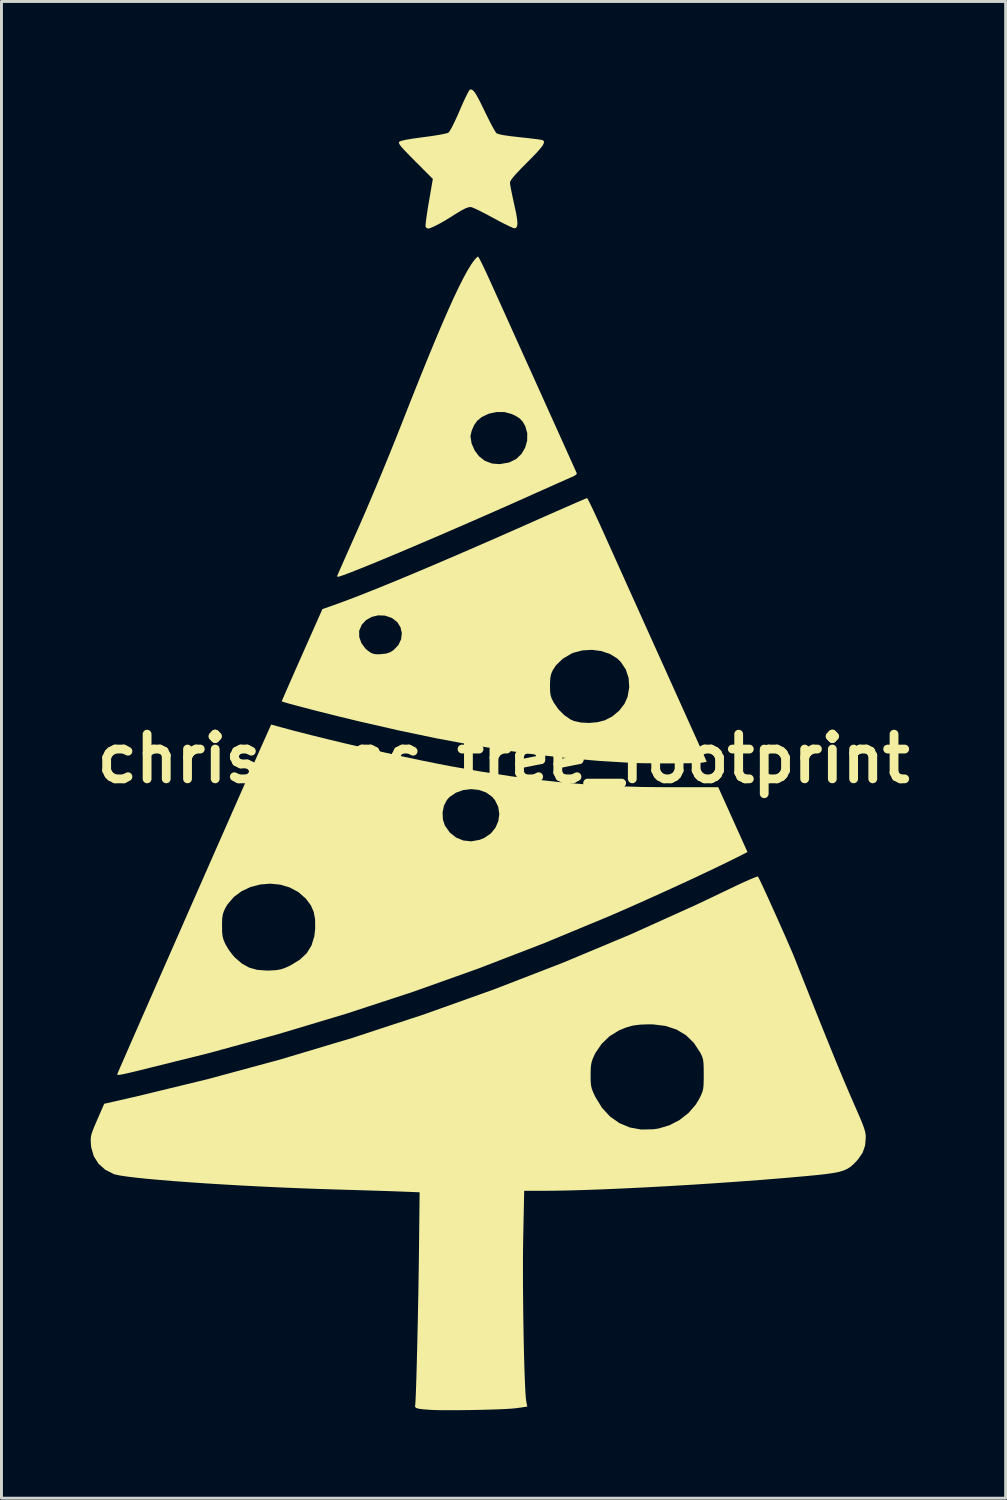
<source format=kicad_pcb>
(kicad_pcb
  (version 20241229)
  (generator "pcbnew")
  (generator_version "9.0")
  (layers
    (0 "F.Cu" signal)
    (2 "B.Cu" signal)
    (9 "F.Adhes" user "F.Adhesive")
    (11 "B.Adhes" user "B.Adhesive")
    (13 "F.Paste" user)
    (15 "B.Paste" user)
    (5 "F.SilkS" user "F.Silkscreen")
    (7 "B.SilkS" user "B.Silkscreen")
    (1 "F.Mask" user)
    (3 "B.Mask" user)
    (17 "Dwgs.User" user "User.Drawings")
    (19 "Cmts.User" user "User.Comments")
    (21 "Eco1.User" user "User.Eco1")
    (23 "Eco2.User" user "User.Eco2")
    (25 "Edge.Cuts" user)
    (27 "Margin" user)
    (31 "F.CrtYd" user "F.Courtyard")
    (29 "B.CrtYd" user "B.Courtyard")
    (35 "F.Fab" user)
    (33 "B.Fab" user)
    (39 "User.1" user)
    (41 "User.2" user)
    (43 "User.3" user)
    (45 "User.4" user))
  (footprint "christmas_tree_footprint"
    (layer "F.Cu")
    (at 14.122 22.821)
    (property "Reference" "christmas_tree_footprint" (at 0 0 0) (layer "F.SilkS") (effects (font (size 1.524 1.524) (thickness 0.3))))
    (attr board_only exclude_from_pos_files exclude_from_bom)
    (fp_poly (pts (xy -1.045 -22.792) (xy -0.983 -22.722) (xy -0.907 -22.6) (xy -0.81 -22.419) (xy -0.688 -22.17) (xy -0.636 -22.062) (xy -0.525 -21.836) (xy -0.422 -21.635) (xy -0.334 -21.473) (xy -0.269 -21.364) (xy -0.24 -21.327) (xy -0.159 -21.295) (xy 0.005 -21.261) (xy 0.25 -21.226) (xy 0.566 -21.19) (xy 0.81 -21.164) (xy 1.025 -21.139) (xy 1.196 -21.116) (xy 1.307 -21.098) (xy 1.341 -21.089) (xy 1.377 -21.05) (xy 1.376 -20.993) (xy 1.335 -20.911) (xy 1.247 -20.796) (xy 1.108 -20.641) (xy 0.912 -20.439) (xy 0.802 -20.329) (xy 0.584 -20.109) (xy 0.424 -19.939) (xy 0.314 -19.812) (xy 0.249 -19.721) (xy 0.221 -19.656) (xy 0.219 -19.636) (xy 0.229 -19.556) (xy 0.256 -19.41) (xy 0.295 -19.215) (xy 0.343 -18.991) (xy 0.364 -18.898) (xy 0.426 -18.614) (xy 0.462 -18.402) (xy 0.474 -18.253) (xy 0.462 -18.156) (xy 0.426 -18.103) (xy 0.38 -18.084) (xy 0.323 -18.1) (xy 0.204 -18.152) (xy 0.036 -18.234) (xy -0.166 -18.338) (xy -0.356 -18.441) (xy -0.58 -18.562) (xy -0.783 -18.666) (xy -0.952 -18.747) (xy -1.071 -18.798) (xy -1.123 -18.812) (xy -1.204 -18.8) (xy -1.307 -18.762) (xy -1.446 -18.689) (xy -1.633 -18.576) (xy -1.768 -18.49) (xy -1.981 -18.359) (xy -2.184 -18.243) (xy -2.363 -18.152) (xy -2.499 -18.093) (xy -2.573 -18.075) (xy -2.642 -18.11) (xy -2.659 -18.137) (xy -2.659 -18.198) (xy -2.646 -18.33) (xy -2.621 -18.517) (xy -2.587 -18.746) (xy -2.547 -18.985) (xy -2.411 -19.769) (xy -3.014 -20.373) (xy -3.222 -20.583) (xy -3.374 -20.741) (xy -3.478 -20.855) (xy -3.54 -20.935) (xy -3.567 -20.988) (xy -3.566 -21.022) (xy -3.553 -21.039) (xy -3.482 -21.069) (xy -3.332 -21.104) (xy -3.107 -21.142) (xy -2.815 -21.183) (xy -2.731 -21.194) (xy -2.478 -21.228) (xy -2.25 -21.263) (xy -2.064 -21.297) (xy -1.935 -21.327) (xy -1.883 -21.345) (xy -1.833 -21.407) (xy -1.757 -21.54) (xy -1.662 -21.733) (xy -1.551 -21.976) (xy -1.498 -22.099) (xy -1.399 -22.327) (xy -1.307 -22.526) (xy -1.23 -22.683) (xy -1.173 -22.784) (xy -1.147 -22.816) (xy -1.097 -22.821)) (stroke (width 0) (type solid)) (fill yes) (layer "F.SilkS"))
    (fp_poly (pts (xy -0.843 -17.084) (xy -0.786 -16.979) (xy -0.707 -16.82) (xy -0.611 -16.619) (xy -0.508 -16.395) (xy -0.416 -16.193) (xy -0.299 -15.934) (xy -0.161 -15.627) (xy -0.003 -15.279) (xy 0.17 -14.895) (xy 0.355 -14.484) (xy 0.55 -14.052) (xy 0.751 -13.606) (xy 0.956 -13.153) (xy 1.16 -12.701) (xy 1.36 -12.256) (xy 1.554 -11.825) (xy 1.739 -11.416) (xy 1.911 -11.034) (xy 2.067 -10.688) (xy 2.203 -10.385) (xy 2.318 -10.13) (xy 2.407 -9.932) (xy 2.468 -9.797) (xy 2.497 -9.732) (xy 2.499 -9.727) (xy 2.475 -9.684) (xy 2.392 -9.631) (xy 2.353 -9.613) (xy 2.27 -9.578) (xy 2.121 -9.512) (xy 1.917 -9.422) (xy 1.67 -9.312) (xy 1.394 -9.189) (xy 1.105 -9.06) (xy 0.531 -8.803) (xy -0.05 -8.545) (xy -0.632 -8.289) (xy -1.209 -8.037) (xy -1.775 -7.791) (xy -2.325 -7.553) (xy -2.853 -7.328) (xy -3.353 -7.115) (xy -3.819 -6.919) (xy -4.246 -6.741) (xy -4.628 -6.584) (xy -4.96 -6.451) (xy -5.234 -6.343) (xy -5.447 -6.263) (xy -5.592 -6.214) (xy -5.662 -6.198) (xy -5.672 -6.23) (xy -5.665 -6.252) (xy -5.643 -6.303) (xy -5.59 -6.424) (xy -5.509 -6.606) (xy -5.405 -6.842) (xy -5.282 -7.121) (xy -5.142 -7.436) (xy -4.991 -7.777) (xy -4.941 -7.889) (xy -4.76 -8.302) (xy -4.558 -8.775) (xy -4.342 -9.286) (xy -4.122 -9.815) (xy -3.907 -10.34) (xy -3.705 -10.84) (xy -3.648 -10.983) (xy -1.127 -10.983) (xy -1.089 -10.745) (xy -0.985 -10.51) (xy -0.832 -10.307) (xy -0.644 -10.16) (xy -0.635 -10.156) (xy -0.39 -10.063) (xy -0.132 -10.043) (xy 0.157 -10.093) (xy 0.21 -10.108) (xy 0.431 -10.218) (xy 0.61 -10.389) (xy 0.737 -10.604) (xy 0.806 -10.847) (xy 0.809 -11.098) (xy 0.742 -11.335) (xy 0.657 -11.487) (xy 0.552 -11.6) (xy 0.401 -11.695) (xy 0.284 -11.75) (xy 0.035 -11.818) (xy -0.236 -11.82) (xy -0.503 -11.763) (xy -0.742 -11.65) (xy -0.897 -11.522) (xy -1.002 -11.375) (xy -1.083 -11.194) (xy -1.125 -11.022) (xy -1.127 -10.983) (xy -3.648 -10.983) (xy -3.534 -11.27) (xy -3.196 -12.128) (xy -2.885 -12.908) (xy -2.6 -13.612) (xy -2.34 -14.242) (xy -2.103 -14.803) (xy -1.888 -15.296) (xy -1.694 -15.726) (xy -1.519 -16.094) (xy -1.362 -16.404) (xy -1.222 -16.659) (xy -1.097 -16.861) (xy -1.013 -16.98) (xy -0.938 -17.069) (xy -0.881 -17.118) (xy -0.871 -17.121)) (stroke (width 0) (type solid)) (fill yes) (layer "F.SilkS"))
    (fp_poly (pts (xy 2.874 -8.847) (xy 2.93 -8.739) (xy 3.012 -8.571) (xy 3.115 -8.353) (xy 3.235 -8.094) (xy 3.367 -7.804) (xy 3.422 -7.682) (xy 3.527 -7.449) (xy 3.663 -7.146) (xy 3.827 -6.782) (xy 4.014 -6.366) (xy 4.221 -5.906) (xy 4.443 -5.413) (xy 4.677 -4.894) (xy 4.918 -4.359) (xy 5.162 -3.817) (xy 5.406 -3.277) (xy 5.447 -3.186) (xy 6.931 0.108) (xy 6.771 0.138) (xy 6.686 0.146) (xy 6.528 0.152) (xy 6.314 0.157) (xy 6.056 0.16) (xy 5.77 0.162) (xy 5.47 0.162) (xy 5.17 0.161) (xy 4.886 0.158) (xy 4.632 0.153) (xy 4.422 0.147) (xy 4.356 0.144) (xy 3.265 0.078) (xy 2.18 -0.016) (xy 1.09 -0.139) (xy -0.017 -0.293) (xy -1.154 -0.48) (xy -2.332 -0.701) (xy -3.563 -0.959) (xy -4.855 -1.254) (xy -5.204 -1.338) (xy -5.563 -1.425) (xy -5.92 -1.514) (xy -6.266 -1.601) (xy -6.591 -1.684) (xy -6.886 -1.761) (xy -7.139 -1.828) (xy -7.342 -1.884) (xy -7.485 -1.926) (xy -7.557 -1.951) (xy -7.564 -1.956) (xy -7.547 -1.998) (xy -7.498 -2.112) (xy -7.422 -2.287) (xy -7.332 -2.492) (xy 1.583 -2.492) (xy 1.587 -2.303) (xy 1.604 -2.166) (xy 1.642 -2.049) (xy 1.709 -1.917) (xy 1.711 -1.913) (xy 1.871 -1.683) (xy 2.071 -1.483) (xy 2.287 -1.334) (xy 2.398 -1.285) (xy 2.639 -1.231) (xy 2.92 -1.217) (xy 3.204 -1.243) (xy 3.454 -1.307) (xy 3.717 -1.444) (xy 3.947 -1.639) (xy 4.125 -1.872) (xy 4.229 -2.104) (xy 4.286 -2.434) (xy 4.265 -2.75) (xy 4.169 -3.04) (xy 4.002 -3.293) (xy 3.87 -3.421) (xy 3.623 -3.572) (xy 3.33 -3.669) (xy 3.011 -3.71) (xy 2.69 -3.691) (xy 2.388 -3.612) (xy 2.319 -3.583) (xy 2.018 -3.406) (xy 1.791 -3.186) (xy 1.677 -3.012) (xy 1.624 -2.891) (xy 1.595 -2.751) (xy 1.584 -2.564) (xy 1.583 -2.492) (xy -7.332 -2.492) (xy -7.322 -2.516) (xy -7.201 -2.79) (xy -7.064 -3.1) (xy -6.915 -3.437) (xy -6.87 -3.538) (xy -6.51 -4.35) (xy -4.924 -4.35) (xy -4.921 -4.146) (xy -4.847 -3.94) (xy -4.714 -3.757) (xy -4.622 -3.677) (xy -4.511 -3.603) (xy -4.415 -3.567) (xy -4.296 -3.558) (xy -4.177 -3.563) (xy -3.996 -3.584) (xy -3.861 -3.631) (xy -3.75 -3.703) (xy -3.586 -3.873) (xy -3.493 -4.071) (xy -3.469 -4.278) (xy -3.514 -4.479) (xy -3.626 -4.657) (xy -3.805 -4.795) (xy -3.816 -4.8) (xy -4.045 -4.878) (xy -4.278 -4.886) (xy -4.498 -4.833) (xy -4.689 -4.724) (xy -4.835 -4.567) (xy -4.92 -4.368) (xy -4.924 -4.35) (xy -6.51 -4.35) (xy -6.177 -5.1) (xy -5.83 -5.221) (xy -5.412 -5.373) (xy -4.918 -5.561) (xy -4.352 -5.786) (xy -3.716 -6.045) (xy -3.012 -6.338) (xy -2.243 -6.664) (xy -1.412 -7.021) (xy -0.521 -7.408) (xy 0.427 -7.825) (xy 1.05 -8.101) (xy 1.417 -8.264) (xy 1.759 -8.415) (xy 2.07 -8.551) (xy 2.339 -8.669) (xy 2.56 -8.765) (xy 2.724 -8.835) (xy 2.822 -8.876) (xy 2.849 -8.885)) (stroke (width 0) (type solid)) (fill yes) (layer "F.SilkS"))
    (fp_poly (pts (xy -7.614 -1.077) (xy -7.132 -0.947) (xy -6.581 -0.806) (xy -5.978 -0.657) (xy -5.341 -0.504) (xy -4.687 -0.352) (xy -4.033 -0.204) (xy -3.394 -0.064) (xy -2.79 0.064) (xy -2.236 0.176) (xy -1.81 0.258) (xy -0.77 0.441) (xy 0.207 0.594) (xy 1.137 0.718) (xy 2.039 0.816) (xy 2.929 0.889) (xy 3.825 0.939) (xy 4.743 0.967) (xy 5.601 0.975) (xy 7.322 0.975) (xy 8.319 3.186) (xy 7.985 3.355) (xy 7.63 3.531) (xy 7.21 3.734) (xy 6.737 3.958) (xy 6.226 4.197) (xy 5.69 4.443) (xy 5.144 4.691) (xy 4.601 4.935) (xy 4.076 5.167) (xy 3.581 5.382) (xy 3.576 5.384) (xy 1.369 6.299) (xy -0.848 7.154) (xy -3.087 7.952) (xy -5.359 8.697) (xy -7.674 9.392) (xy -10.044 10.041) (xy -12.48 10.647) (xy -12.628 10.682) (xy -12.856 10.735) (xy -13.011 10.769) (xy -13.108 10.785) (xy -13.157 10.785) (xy -13.172 10.77) (xy -13.165 10.74) (xy -13.164 10.739) (xy -13.135 10.67) (xy -13.074 10.528) (xy -12.982 10.318) (xy -12.863 10.045) (xy -12.719 9.716) (xy -12.553 9.336) (xy -12.367 8.912) (xy -12.163 8.447) (xy -11.944 7.95) (xy -11.714 7.424) (xy -11.473 6.876) (xy -11.225 6.311) (xy -10.971 5.735) (xy -10.956 5.7) (xy -9.6 5.7) (xy -9.597 5.903) (xy -9.583 6.05) (xy -9.551 6.173) (xy -9.496 6.303) (xy -9.479 6.339) (xy -9.375 6.514) (xy -9.241 6.694) (xy -9.16 6.784) (xy -8.922 6.989) (xy -8.676 7.126) (xy -8.402 7.203) (xy -8.079 7.227) (xy -7.968 7.225) (xy -7.767 7.214) (xy -7.613 7.19) (xy -7.471 7.145) (xy -7.301 7.068) (xy -7.266 7.051) (xy -6.952 6.861) (xy -6.714 6.638) (xy -6.55 6.374) (xy -6.454 6.063) (xy -6.424 5.802) (xy -6.426 5.489) (xy -6.472 5.231) (xy -6.569 5.007) (xy -6.725 4.795) (xy -6.745 4.771) (xy -6.999 4.549) (xy -7.295 4.392) (xy -7.618 4.297) (xy -7.957 4.264) (xy -8.297 4.292) (xy -8.626 4.377) (xy -8.93 4.519) (xy -9.197 4.717) (xy -9.412 4.969) (xy -9.485 5.09) (xy -9.542 5.212) (xy -9.577 5.326) (xy -9.595 5.462) (xy -9.6 5.649) (xy -9.6 5.7) (xy -10.956 5.7) (xy -10.716 5.154) (xy -10.461 4.574) (xy -10.208 4) (xy -9.961 3.438) (xy -9.721 2.894) (xy -9.491 2.373) (xy -9.275 1.881) (xy -9.256 1.838) (xy -2.079 1.838) (xy -2.068 2.077) (xy -2.002 2.279) (xy -1.835 2.518) (xy -1.621 2.69) (xy -1.371 2.792) (xy -1.099 2.82) (xy -0.817 2.769) (xy -0.654 2.703) (xy -0.434 2.551) (xy -0.274 2.354) (xy -0.177 2.126) (xy -0.145 1.885) (xy -0.182 1.644) (xy -0.29 1.42) (xy -0.387 1.303) (xy -0.594 1.154) (xy -0.841 1.067) (xy -1.108 1.04) (xy -1.377 1.073) (xy -1.628 1.163) (xy -1.841 1.309) (xy -1.932 1.409) (xy -2.033 1.605) (xy -2.079 1.838) (xy -9.256 1.838) (xy -9.073 1.424) (xy -8.889 1.007) (xy -8.725 0.636) (xy -8.584 0.318) (xy -8.468 0.057) (xy -8.411 -0.072) (xy -7.925 -1.163)) (stroke (width 0) (type solid)) (fill yes) (layer "F.SilkS"))
    (fp_poly (pts (xy 8.703 4.069) (xy 8.76 4.186) (xy 8.842 4.36) (xy 8.944 4.581) (xy 9.061 4.837) (xy 9.187 5.117) (xy 9.319 5.41) (xy 9.451 5.706) (xy 9.578 5.992) (xy 9.695 6.259) (xy 9.797 6.494) (xy 9.88 6.688) (xy 9.937 6.829) (xy 10.212 7.522) (xy 10.458 8.141) (xy 10.678 8.695) (xy 10.876 9.189) (xy 11.054 9.63) (xy 11.215 10.027) (xy 11.362 10.387) (xy 11.498 10.715) (xy 11.626 11.021) (xy 11.749 11.31) (xy 11.87 11.59) (xy 11.992 11.868) (xy 12.045 11.99) (xy 12.162 12.259) (xy 12.246 12.465) (xy 12.303 12.623) (xy 12.336 12.747) (xy 12.351 12.851) (xy 12.353 12.917) (xy 12.329 13.197) (xy 12.247 13.434) (xy 12.097 13.656) (xy 12.042 13.719) (xy 11.937 13.828) (xy 11.835 13.917) (xy 11.724 13.989) (xy 11.594 14.047) (xy 11.434 14.094) (xy 11.231 14.133) (xy 10.975 14.169) (xy 10.655 14.204) (xy 10.277 14.24) (xy 9.564 14.303) (xy 8.814 14.364) (xy 8.038 14.422) (xy 7.247 14.477) (xy 6.451 14.529) (xy 5.662 14.576) (xy 4.889 14.618) (xy 4.143 14.655) (xy 3.435 14.686) (xy 2.775 14.71) (xy 2.175 14.727) (xy 1.644 14.736) (xy 1.381 14.737) (xy 0.704 14.737) (xy 0.671 16.33) (xy 0.665 16.68) (xy 0.662 17.074) (xy 0.662 17.502) (xy 0.663 17.954) (xy 0.667 18.422) (xy 0.672 18.896) (xy 0.679 19.367) (xy 0.687 19.826) (xy 0.697 20.264) (xy 0.708 20.67) (xy 0.72 21.036) (xy 0.733 21.353) (xy 0.746 21.612) (xy 0.76 21.802) (xy 0.774 21.915) (xy 0.774 21.917) (xy 0.81 22.096) (xy 0.438 22.15) (xy 0.298 22.164) (xy 0.087 22.178) (xy -0.181 22.19) (xy -0.489 22.2) (xy -0.824 22.209) (xy -1.17 22.215) (xy -1.512 22.219) (xy -1.834 22.22) (xy -2.122 22.219) (xy -2.361 22.214) (xy -2.492 22.208) (xy -2.726 22.191) (xy -2.884 22.171) (xy -2.978 22.144) (xy -3.017 22.108) (xy -3.016 22.071) (xy -3.009 22.006) (xy -3 21.863) (xy -2.991 21.648) (xy -2.981 21.37) (xy -2.97 21.037) (xy -2.96 20.656) (xy -2.949 20.236) (xy -2.938 19.783) (xy -2.927 19.306) (xy -2.917 18.813) (xy -2.907 18.311) (xy -2.899 17.808) (xy -2.891 17.313) (xy -2.885 16.832) (xy -2.883 16.703) (xy -2.862 14.789) (xy -3.436 14.765) (xy -3.614 14.759) (xy -3.865 14.75) (xy -4.174 14.74) (xy -4.527 14.729) (xy -4.909 14.717) (xy -5.306 14.705) (xy -5.656 14.695) (xy -6.309 14.674) (xy -6.969 14.65) (xy -7.63 14.622) (xy -8.285 14.591) (xy -8.928 14.558) (xy -9.552 14.522) (xy -10.151 14.485) (xy -10.719 14.446) (xy -11.248 14.407) (xy -11.732 14.367) (xy -12.165 14.328) (xy -12.54 14.289) (xy -12.85 14.251) (xy -13.09 14.214) (xy -13.252 14.18) (xy -13.294 14.167) (xy -13.587 14.016) (xy -13.815 13.811) (xy -13.975 13.556) (xy -14.061 13.258) (xy -14.073 13.141) (xy -14.079 13.019) (xy -14.074 12.916) (xy -14.053 12.812) (xy -14.012 12.688) (xy -13.946 12.523) (xy -13.854 12.311) (xy -13.618 11.77) (xy -12.541 11.525) (xy -10.077 10.927) (xy -9.591 10.795) (xy 2.969 10.795) (xy 2.971 10.995) (xy 2.983 11.14) (xy 3.01 11.26) (xy 3.06 11.388) (xy 3.134 11.542) (xy 3.358 11.909) (xy 3.632 12.205) (xy 3.949 12.429) (xy 4.306 12.578) (xy 4.696 12.649) (xy 5.116 12.639) (xy 5.293 12.612) (xy 5.66 12.502) (xy 6.004 12.323) (xy 6.307 12.084) (xy 6.555 11.799) (xy 6.687 11.578) (xy 6.746 11.452) (xy 6.786 11.348) (xy 6.81 11.242) (xy 6.822 11.112) (xy 6.826 10.933) (xy 6.827 10.772) (xy 6.825 10.546) (xy 6.819 10.386) (xy 6.804 10.268) (xy 6.777 10.172) (xy 6.734 10.076) (xy 6.706 10.022) (xy 6.488 9.691) (xy 6.219 9.43) (xy 5.898 9.238) (xy 5.526 9.116) (xy 5.102 9.063) (xy 4.97 9.06) (xy 4.669 9.07) (xy 4.422 9.101) (xy 4.199 9.161) (xy 3.967 9.255) (xy 3.923 9.276) (xy 3.612 9.47) (xy 3.343 9.729) (xy 3.135 10.035) (xy 3.103 10.099) (xy 3.038 10.244) (xy 2.999 10.366) (xy 2.978 10.497) (xy 2.97 10.666) (xy 2.969 10.795) (xy -9.591 10.795) (xy -7.615 10.26) (xy -5.164 9.526) (xy -2.734 8.729) (xy -0.334 7.872) (xy 2.025 6.959) (xy 4.334 5.993) (xy 6.583 4.978) (xy 7.669 4.46) (xy 7.937 4.331) (xy 8.179 4.219) (xy 8.385 4.127) (xy 8.544 4.061) (xy 8.644 4.024) (xy 8.675 4.02)) (stroke (width 0) (type solid)) (fill yes) (layer "F.SilkS")))
  (gr_rect
    (start -3 -3)
    (end 31.245 48.041)
    (stroke (width 0.1) (type default))
    (fill no)
    (layer "Edge.Cuts")))
</source>
